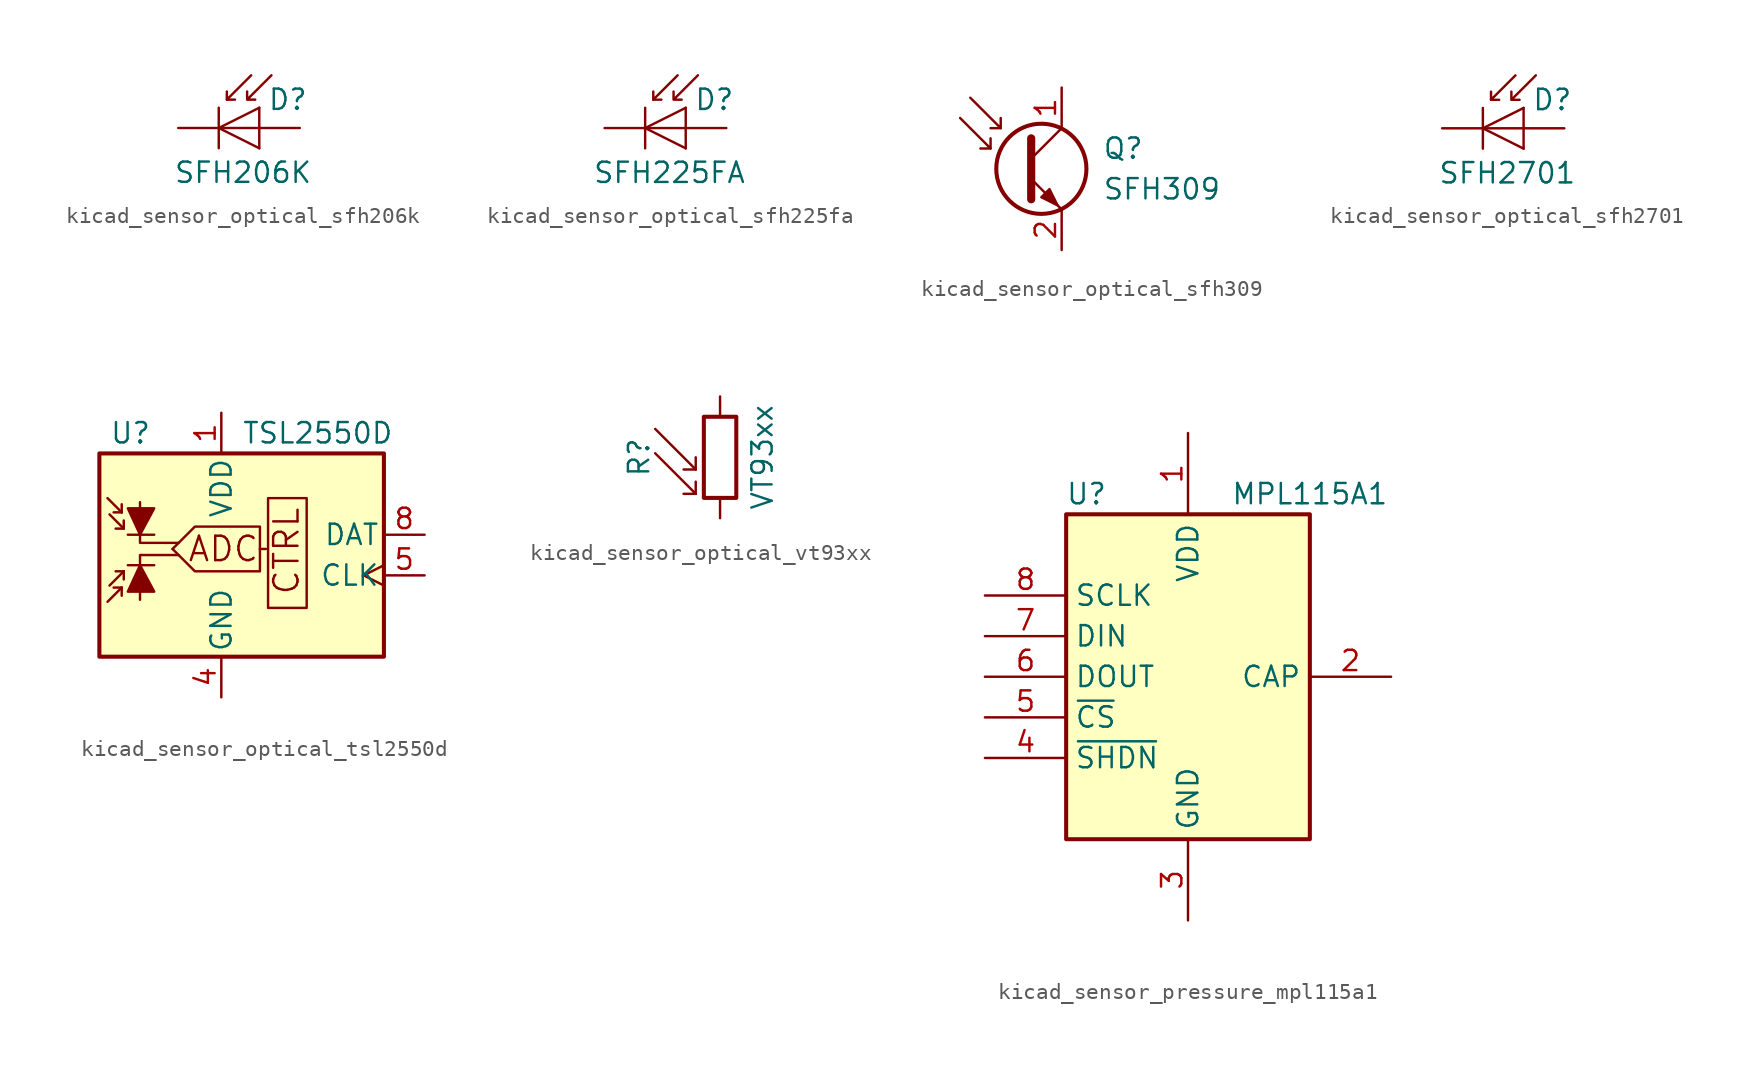
<source format=kicad_sym>
(kicad_symbol_lib
  (version 20220914)
  (generator kicad_symbol_editor)
  (symbol "kicad_sensor_optical_sfh206k"
    (pin_numbers hide)
    (pin_names hide)
    (property "Reference" "D"
      (at 0.508 1.778 0)
      (effects (font (size 1.27 1.27)) (justify left)))
    (property "Value" "SFH206K"
      (at -1.016 -2.794 0)
      (effects (font (size 1.27 1.27))))
    (symbol "kicad_sensor_optical_sfh206k_0_1"
      (polyline (pts (xy -2.54 1.27) (xy -2.54 -1.27)) (stroke (width 0.152) (type default)) (fill (type none)))
      (polyline (pts (xy -2.032 1.778) (xy -1.524 1.778)) (stroke (width 0) (type default)) (fill (type none)))
      (polyline (pts (xy 0 -1.27) (xy 0 1.27)) (stroke (width 0) (type default)) (fill (type none)))
      (polyline (pts (xy 0 0) (xy -2.54 0)) (stroke (width 0) (type default)) (fill (type none)))
      (polyline (pts (xy -0.508 3.302) (xy -2.032 1.778) (xy -2.032 2.286)) (stroke (width 0) (type default)) (fill (type none)))
      (polyline (pts (xy 0 1.27) (xy -2.54 0) (xy 0 -1.27)) (stroke (width 0) (type default)) (fill (type none)))
      (polyline (pts (xy 0.762 3.302) (xy -0.762 1.778) (xy -0.762 2.286) (xy -0.762 1.778) (xy -0.254 1.778)) (stroke (width 0) (type default)) (fill (type none))))
    (symbol "kicad_sensor_optical_sfh206k_1_1"
      (pin passive line (at -5.08 0 0) (length 2.54) (name "K" (effects (font (size 1.27 1.27)))) (number "1" (effects (font (size 1.27 1.27)))))
      (pin passive line (at 2.54 0 180) (length 2.54) (name "A" (effects (font (size 1.27 1.27)))) (number "2" (effects (font (size 1.27 1.27)))))))
  (symbol "kicad_sensor_optical_sfh225fa"
    (pin_numbers hide)
    (pin_names hide)
    (property "Reference" "D"
      (at 0.508 1.778 0)
      (effects (font (size 1.27 1.27)) (justify left)))
    (property "Value" "SFH225FA"
      (at -1.016 -2.794 0)
      (effects (font (size 1.27 1.27))))
    (symbol "kicad_sensor_optical_sfh225fa_0_1"
      (polyline (pts (xy -2.54 1.27) (xy -2.54 -1.27)) (stroke (width 0.152) (type default)) (fill (type none)))
      (polyline (pts (xy -2.032 1.778) (xy -1.524 1.778)) (stroke (width 0) (type default)) (fill (type none)))
      (polyline (pts (xy 0 -1.27) (xy 0 1.27)) (stroke (width 0) (type default)) (fill (type none)))
      (polyline (pts (xy 0 0) (xy -2.54 0)) (stroke (width 0) (type default)) (fill (type none)))
      (polyline (pts (xy -0.508 3.302) (xy -2.032 1.778) (xy -2.032 2.286)) (stroke (width 0) (type default)) (fill (type none)))
      (polyline (pts (xy 0 1.27) (xy -2.54 0) (xy 0 -1.27)) (stroke (width 0) (type default)) (fill (type none)))
      (polyline (pts (xy 0.762 3.302) (xy -0.762 1.778) (xy -0.762 2.286) (xy -0.762 1.778) (xy -0.254 1.778)) (stroke (width 0) (type default)) (fill (type none))))
    (symbol "kicad_sensor_optical_sfh225fa_1_1"
      (pin passive line (at -5.08 0 0) (length 2.54) (name "K" (effects (font (size 1.27 1.27)))) (number "1" (effects (font (size 1.27 1.27)))))
      (pin passive line (at 2.54 0 180) (length 2.54) (name "A" (effects (font (size 1.27 1.27)))) (number "2" (effects (font (size 1.27 1.27)))))))
  (symbol "kicad_sensor_optical_sfh309"
    (pin_names
      (offset 0) hide)
    (property "Reference" "Q"
      (at 5.08 1.27 0)
      (effects (font (size 1.27 1.27)) (justify left)))
    (property "Value" "SFH309"
      (at 5.08 -1.27 0)
      (effects (font (size 1.27 1.27)) (justify left)))
    (symbol "kicad_sensor_optical_sfh309_0_1"
      (polyline (pts (xy -1.905 1.27) (xy -2.54 1.27)) (stroke (width 0) (type default)) (fill (type none)))
      (polyline (pts (xy -1.27 2.54) (xy -1.905 2.54)) (stroke (width 0) (type default)) (fill (type none)))
      (polyline (pts (xy 0.635 0.635) (xy 2.54 2.54)) (stroke (width 0) (type default)) (fill (type none)))
      (polyline (pts (xy -3.81 3.175) (xy -1.905 1.27) (xy -1.905 1.905)) (stroke (width 0) (type default)) (fill (type none)))
      (polyline (pts (xy -3.175 4.445) (xy -1.27 2.54) (xy -1.27 3.175)) (stroke (width 0) (type default)) (fill (type none)))
      (polyline (pts (xy 0.635 -0.635) (xy 2.54 -2.54) (xy 2.54 -2.54)) (stroke (width 0) (type default)) (fill (type none)))
      (polyline (pts (xy 0.635 1.905) (xy 0.635 -1.905) (xy 0.635 -1.905)) (stroke (width 0.508) (type default)) (fill (type none)))
      (polyline (pts (xy 1.27 -1.778) (xy 1.778 -1.27) (xy 2.286 -2.286) (xy 1.27 -1.778) (xy 1.27 -1.778)) (stroke (width 0) (type default)) (fill (type outline)))
      (circle (center 1.27 0) (radius 2.819) (stroke (width 0.254) (type default)) (fill (type none))))
    (symbol "kicad_sensor_optical_sfh309_1_1"
      (pin passive line (at 2.54 5.08 270) (length 2.54) (name "C" (effects (font (size 1.27 1.27)))) (number "1" (effects (font (size 1.27 1.27)))))
      (pin passive line (at 2.54 -5.08 90) (length 2.54) (name "E" (effects (font (size 1.27 1.27)))) (number "2" (effects (font (size 1.27 1.27)))))))
  (symbol "kicad_sensor_optical_sfh2701"
    (pin_numbers hide)
    (pin_names
      (offset 1.016) hide)
    (property "Reference" "D"
      (at 0.508 1.778 0)
      (effects (font (size 1.27 1.27)) (justify left)))
    (property "Value" "SFH2701"
      (at -1.016 -2.794 0)
      (effects (font (size 1.27 1.27))))
    (symbol "kicad_sensor_optical_sfh2701_0_1"
      (polyline (pts (xy -2.54 1.27) (xy -2.54 -1.27)) (stroke (width 0.152) (type default)) (fill (type none)))
      (polyline (pts (xy -2.032 1.778) (xy -1.524 1.778)) (stroke (width 0) (type default)) (fill (type none)))
      (polyline (pts (xy 0 0) (xy -2.54 0)) (stroke (width 0) (type default)) (fill (type none)))
      (polyline (pts (xy 0 1.27) (xy 0 -1.27)) (stroke (width 0) (type default)) (fill (type none)))
      (polyline (pts (xy -0.508 3.302) (xy -2.032 1.778) (xy -2.032 2.286)) (stroke (width 0) (type default)) (fill (type none)))
      (polyline (pts (xy 0 1.27) (xy -2.54 0) (xy 0 -1.27)) (stroke (width 0) (type default)) (fill (type none)))
      (polyline (pts (xy 0.762 3.302) (xy -0.762 1.778) (xy -0.762 2.286) (xy -0.762 1.778) (xy -0.254 1.778)) (stroke (width 0) (type default)) (fill (type none))))
    (symbol "kicad_sensor_optical_sfh2701_1_1"
      (pin passive line (at -5.08 0 0) (length 2.54) (name "K" (effects (font (size 1.27 1.27)))) (number "1" (effects (font (size 1.27 1.27)))))
      (pin passive line (at 2.54 0 180) (length 2.54) (name "A" (effects (font (size 1.27 1.27)))) (number "2" (effects (font (size 1.27 1.27)))))))
  (symbol "kicad_sensor_optical_tsl2550d"
    (pin_names
      (offset 0.254))
    (property "Reference" "U"
      (at -6.985 6.35 0)
      (effects (font (size 1.27 1.27)) (justify left)))
    (property "Value" "TSL2550D"
      (at 1.27 6.35 0)
      (effects (font (size 1.27 1.27)) (justify left)))
    (symbol "kicad_sensor_optical_tsl2550d_0_0"
      (polyline (pts (xy 2.413 -0.889) (xy 2.794 -0.889)) (stroke (width 0) (type default)) (fill (type none)))
      (polyline (pts (xy -5.08 -4.064) (xy -5.08 -1.27) (xy -2.667 -1.27)) (stroke (width 0) (type default)) (fill (type none)))
      (polyline (pts (xy -5.08 2.032) (xy -5.08 -0.508) (xy -2.667 -0.508)) (stroke (width 0) (type default)) (fill (type none)))
      (polyline (pts (xy -3.048 -0.889) (xy -1.651 -2.286) (xy 2.413 -2.286) (xy 2.413 -0.889)) (stroke (width 0) (type default)) (fill (type none)))
      (polyline (pts (xy -3.048 -0.889) (xy -1.651 0.508) (xy 2.413 0.508) (xy 2.413 -0.889)) (stroke (width 0) (type default)) (fill (type none)))
      (rectangle (start 2.921 2.286) (end 5.334 -4.572) (stroke (width 0) (type default)) (fill (type none)))
      (text "ADC" (at 0.127 -0.889 0) (effects (font (size 1.524 1.524))))
      (text "CTRL" (at 4.064 -1.016 900) (effects (font (size 1.524 1.524)))))
    (symbol "kicad_sensor_optical_tsl2550d_0_1"
      (polyline (pts (xy -6.223 -3.302) (xy -7.112 -4.191)) (stroke (width 0) (type default)) (fill (type none)))
      (polyline (pts (xy -6.223 -3.302) (xy -6.731 -3.302)) (stroke (width 0) (type default)) (fill (type none)))
      (polyline (pts (xy -6.223 -3.302) (xy -6.223 -3.81)) (stroke (width 0) (type default)) (fill (type none)))
      (polyline (pts (xy -6.223 1.397) (xy -7.112 2.286)) (stroke (width 0) (type default)) (fill (type none)))
      (polyline (pts (xy -6.223 1.397) (xy -6.731 1.397)) (stroke (width 0) (type default)) (fill (type none)))
      (polyline (pts (xy -6.223 1.397) (xy -6.223 1.905)) (stroke (width 0) (type default)) (fill (type none)))
      (polyline (pts (xy -6.096 -2.286) (xy -6.985 -3.175)) (stroke (width 0) (type default)) (fill (type none)))
      (polyline (pts (xy -6.096 -2.286) (xy -6.604 -2.286)) (stroke (width 0) (type default)) (fill (type none)))
      (polyline (pts (xy -6.096 -2.286) (xy -6.096 -2.794)) (stroke (width 0) (type default)) (fill (type none)))
      (polyline (pts (xy -6.096 0.381) (xy -6.985 1.27)) (stroke (width 0) (type default)) (fill (type none)))
      (polyline (pts (xy -6.096 0.381) (xy -6.604 0.381)) (stroke (width 0) (type default)) (fill (type none)))
      (polyline (pts (xy -6.096 0.381) (xy -6.096 0.889)) (stroke (width 0) (type default)) (fill (type none)))
      (polyline (pts (xy -5.842 -1.905) (xy -4.191 -1.905)) (stroke (width 0) (type default)) (fill (type none)))
      (polyline (pts (xy -5.842 0) (xy -4.191 0)) (stroke (width 0) (type default)) (fill (type none)))
      (polyline (pts (xy -5.842 -3.556) (xy -4.191 -3.556) (xy -5.08 -1.905) (xy -5.842 -3.556)) (stroke (width 0) (type default)) (fill (type outline)))
      (polyline (pts (xy -5.842 1.651) (xy -4.191 1.651) (xy -5.08 0) (xy -5.842 1.651)) (stroke (width 0) (type default)) (fill (type outline)))
      (rectangle (start 10.16 5.08) (end -7.62 -7.62) (stroke (width 0.254) (type default)) (fill (type background))))
    (symbol "kicad_sensor_optical_tsl2550d_1_1"
      (pin power_in line (at 0 7.62 270) (length 2.54) (name "VDD" (effects (font (size 1.27 1.27)))) (number "1" (effects (font (size 1.27 1.27)))))
      (pin no_connect line (at -7.62 2.54 0) (length 2.54) hide (name "NC" (effects (font (size 1.27 1.27)))) (number "2" (effects (font (size 1.27 1.27)))))
      (pin no_connect line (at -7.62 0 0) (length 2.54) hide (name "NC" (effects (font (size 1.27 1.27)))) (number "3" (effects (font (size 1.27 1.27)))))
      (pin power_in line (at 0 -10.16 90) (length 2.54) (name "GND" (effects (font (size 1.27 1.27)))) (number "4" (effects (font (size 1.27 1.27)))))
      (pin input clock (at 12.7 -2.54 180) (length 2.54) (name "CLK" (effects (font (size 1.27 1.27)))) (number "5" (effects (font (size 1.27 1.27)))))
      (pin no_connect line (at -7.62 -2.54 0) (length 2.54) hide (name "NC" (effects (font (size 1.27 1.27)))) (number "6" (effects (font (size 1.27 1.27)))))
      (pin no_connect line (at -7.62 -5.08 0) (length 2.54) hide (name "NC" (effects (font (size 1.27 1.27)))) (number "7" (effects (font (size 1.27 1.27)))))
      (pin bidirectional line (at 12.7 0 180) (length 2.54) (name "DAT" (effects (font (size 1.27 1.27)))) (number "8" (effects (font (size 1.27 1.27)))))))
  (symbol "kicad_sensor_optical_vt93xx"
    (pin_numbers hide)
    (pin_names
      (offset 0))
    (property "Reference" "R"
      (at -5.08 0 90)
      (effects (font (size 1.27 1.27))))
    (property "Value" "VT93xx"
      (at 1.905 0 90)
      (effects (font (size 1.27 1.27)) (justify top)))
    (symbol "kicad_sensor_optical_vt93xx_0_1"
      (rectangle (start -1.016 2.54) (end 1.016 -2.54) (stroke (width 0.254) (type default)) (fill (type none)))
      (polyline (pts (xy -1.524 -2.286) (xy -4.064 0.254)) (stroke (width 0) (type default)) (fill (type none)))
      (polyline (pts (xy -1.524 -2.286) (xy -2.286 -2.286)) (stroke (width 0) (type default)) (fill (type none)))
      (polyline (pts (xy -1.524 -2.286) (xy -1.524 -1.524)) (stroke (width 0) (type default)) (fill (type none)))
      (polyline (pts (xy -1.524 -0.762) (xy -4.064 1.778)) (stroke (width 0) (type default)) (fill (type none)))
      (polyline (pts (xy -1.524 -0.762) (xy -2.286 -0.762)) (stroke (width 0) (type default)) (fill (type none)))
      (polyline (pts (xy -1.524 -0.762) (xy -1.524 0)) (stroke (width 0) (type default)) (fill (type none))))
    (symbol "kicad_sensor_optical_vt93xx_1_1"
      (pin passive line (at 0 3.81 270) (length 1.27) (name "~" (effects (font (size 1.27 1.27)))) (number "1" (effects (font (size 1.27 1.27)))))
      (pin passive line (at 0 -3.81 90) (length 1.27) (name "~" (effects (font (size 1.27 1.27)))) (number "2" (effects (font (size 1.27 1.27)))))))
  (symbol "kicad_sensor_pressure_mpl115a1"
    (property "Reference" "U"
      (at -6.35 11.43 0)
      (effects (font (size 1.27 1.27))))
    (property "Value" "MPL115A1"
      (at 7.62 11.43 0)
      (effects (font (size 1.27 1.27))))
    (symbol "kicad_sensor_pressure_mpl115a1_0_1"
      (rectangle (start 7.62 10.16) (end -7.62 -10.16) (stroke (width 0.254) (type default)) (fill (type background))))
    (symbol "kicad_sensor_pressure_mpl115a1_1_1"
      (pin power_in line (at 0 15.24 270) (length 5.08) (name "VDD" (effects (font (size 1.27 1.27)))) (number "1" (effects (font (size 1.27 1.27)))))
      (pin passive line (at 12.7 0 180) (length 5.08) (name "CAP" (effects (font (size 1.27 1.27)))) (number "2" (effects (font (size 1.27 1.27)))))
      (pin power_in line (at 0 -15.24 90) (length 5.08) (name "GND" (effects (font (size 1.27 1.27)))) (number "3" (effects (font (size 1.27 1.27)))))
      (pin input line (at -12.7 -5.08 0) (length 5.08) (name "~{SHDN}" (effects (font (size 1.27 1.27)))) (number "4" (effects (font (size 1.27 1.27)))))
      (pin input line (at -12.7 -2.54 0) (length 5.08) (name "~{CS}" (effects (font (size 1.27 1.27)))) (number "5" (effects (font (size 1.27 1.27)))))
      (pin output line (at -12.7 0 0) (length 5.08) (name "DOUT" (effects (font (size 1.27 1.27)))) (number "6" (effects (font (size 1.27 1.27)))))
      (pin input line (at -12.7 2.54 0) (length 5.08) (name "DIN" (effects (font (size 1.27 1.27)))) (number "7" (effects (font (size 1.27 1.27)))))
      (pin input line (at -12.7 5.08 0) (length 5.08) (name "SCLK" (effects (font (size 1.27 1.27)))) (number "8" (effects (font (size 1.27 1.27))))))))
</source>
